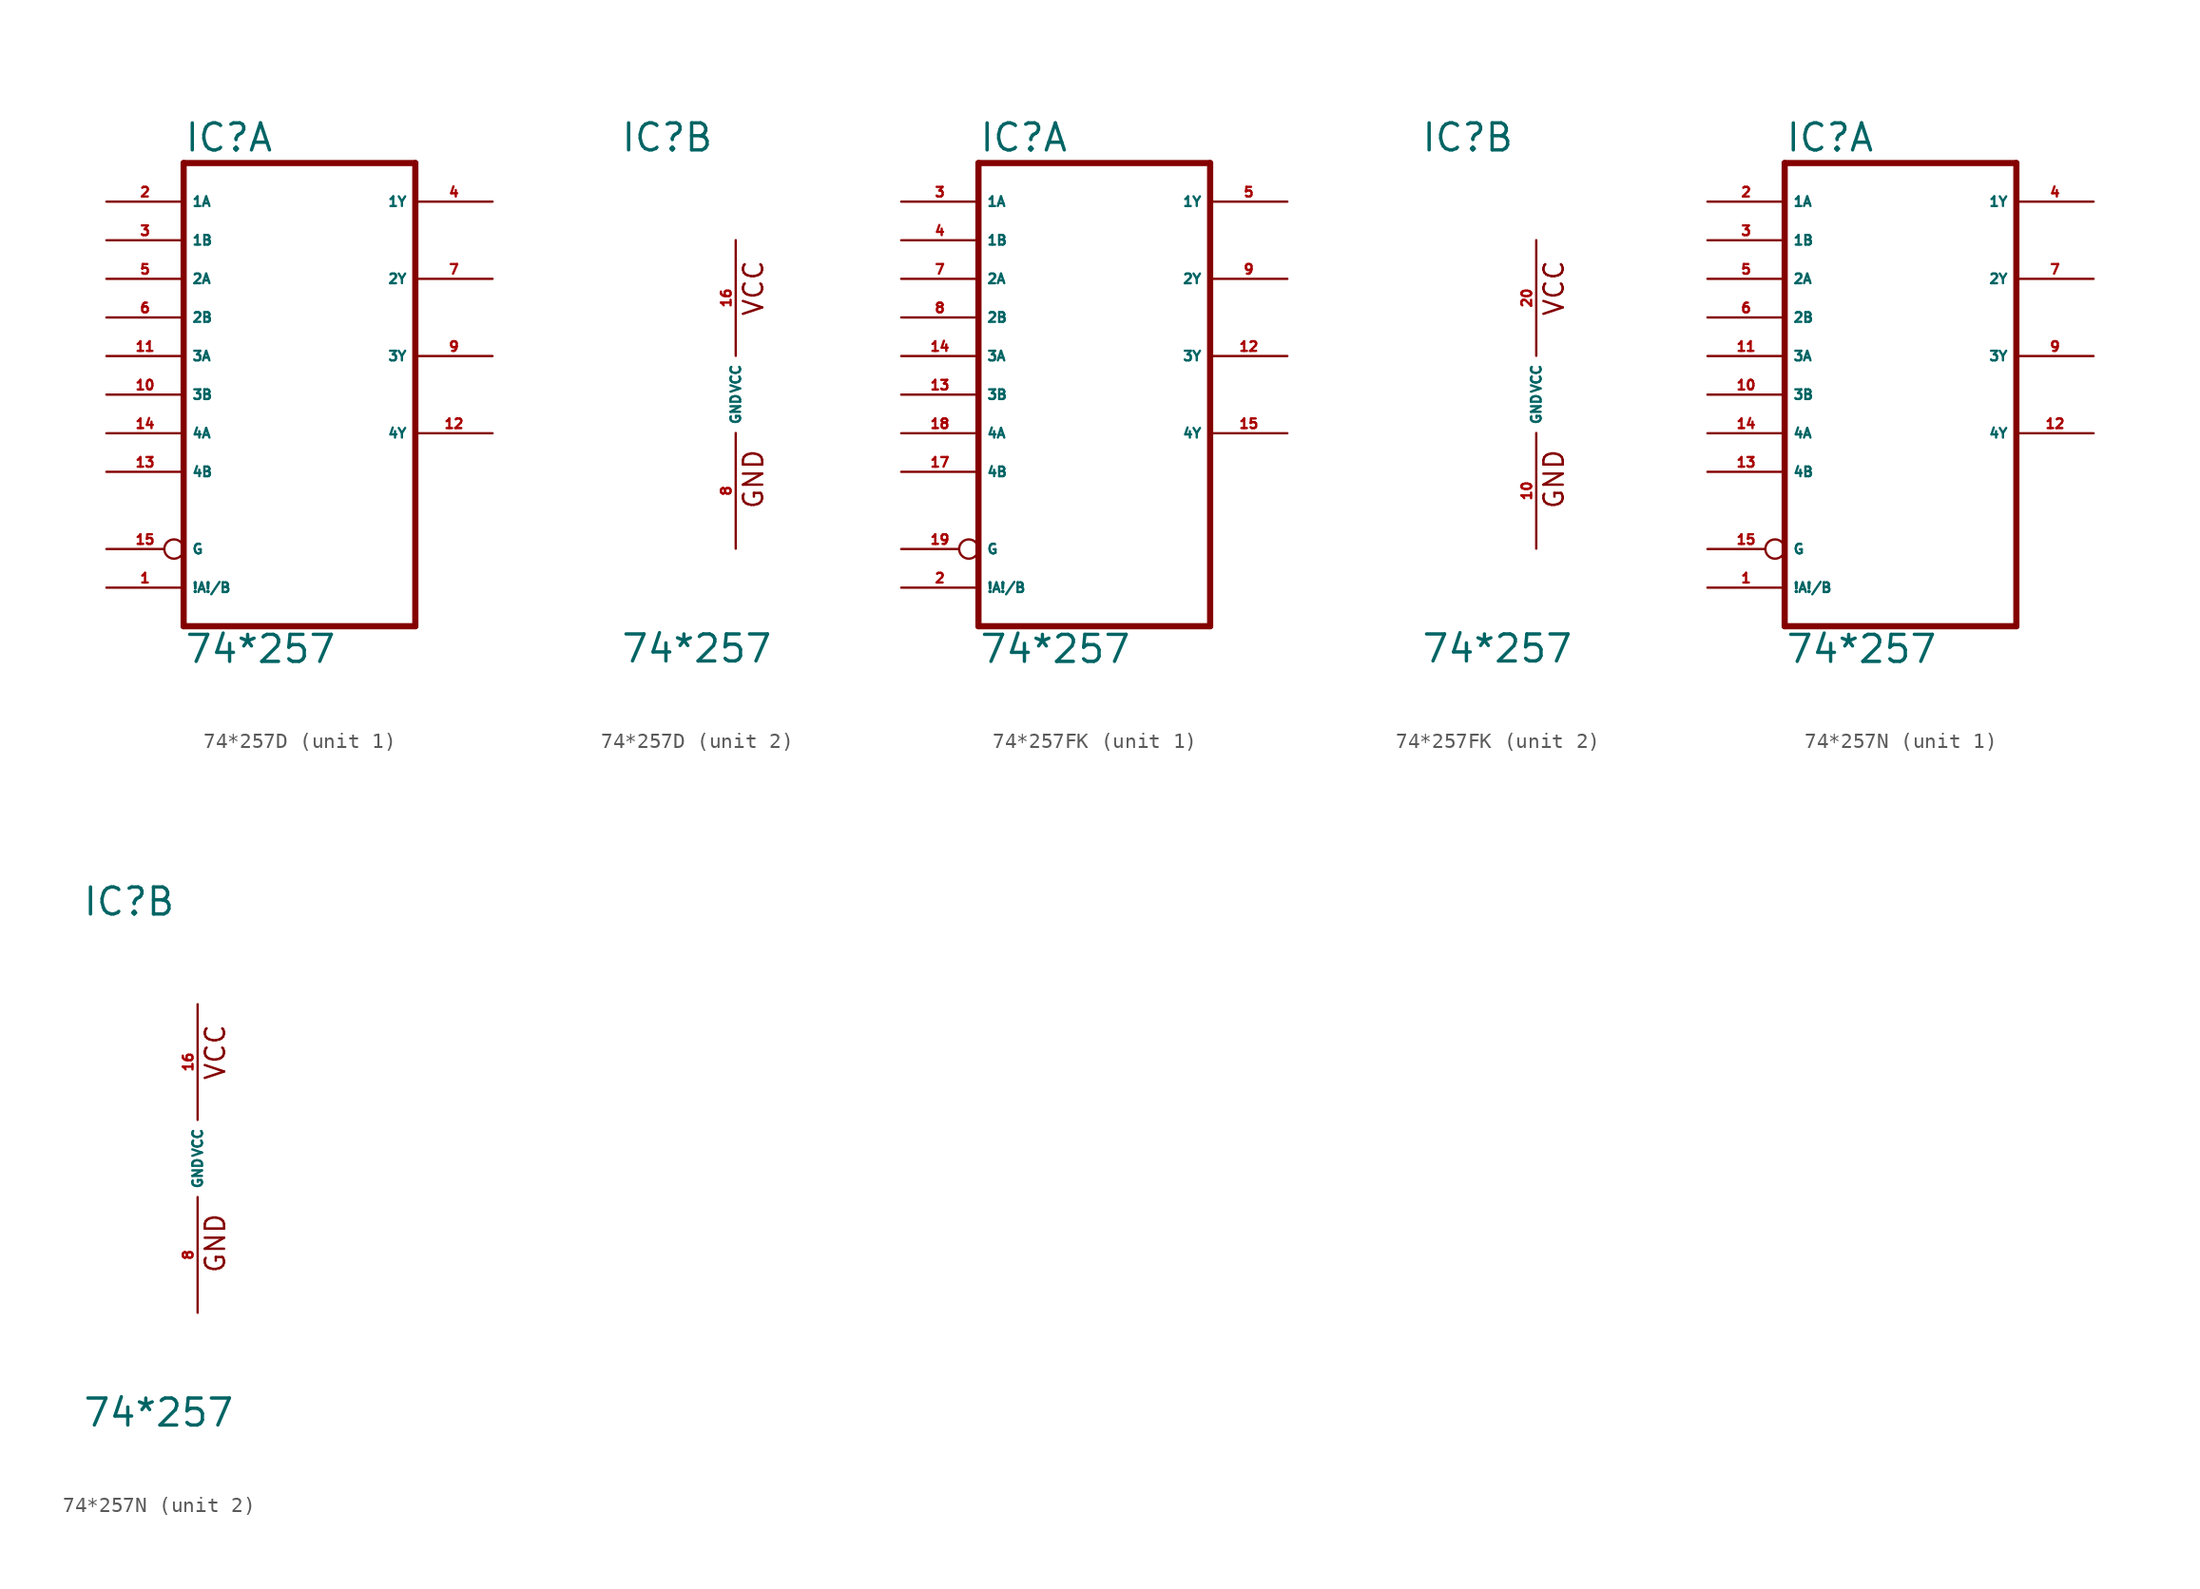
<source format=kicad_sym>
(kicad_symbol_lib
  (version 20220914)
  (generator Eagle2Kicad)
  (symbol "74*257D"
    (property "Reference" "IC"
      (at -7.62 15.875 0)
      (effects (font (size 1.778 1.778) (thickness 0.22)) (justify left bottom)))
    (property "Value" "74*257"
      (at -7.62 -17.78 0)
      (effects (font (size 1.778 1.778) (thickness 0.22)) (justify left bottom)))
    (symbol "74*257D_1_0"
      (polyline (pts (xy -7.62 -15.24) (xy 7.62 -15.24)) (stroke (width 0.406) (type default)) (fill (type none)))
      (polyline (pts (xy 7.62 -15.24) (xy 7.62 15.24)) (stroke (width 0.406) (type default)) (fill (type none)))
      (polyline (pts (xy 7.62 15.24) (xy -7.62 15.24)) (stroke (width 0.406) (type default)) (fill (type none)))
      (polyline (pts (xy -7.62 15.24) (xy -7.62 -15.24)) (stroke (width 0.406) (type default)) (fill (type none)))
      (pin input line (at -12.7 -12.7 0) (length 5.08) (name "!A!/B" (effects (font (size 0.635 0.635) (thickness 0.08)) (justify left bottom))) (number "1" (effects (font (size 0.635 0.635) (thickness 0.08)) (justify left bottom))))
      (pin input line (at -12.7 12.7 0) (length 5.08) (name "1A" (effects (font (size 0.635 0.635) (thickness 0.08)) (justify left bottom))) (number "2" (effects (font (size 0.635 0.635) (thickness 0.08)) (justify left bottom))))
      (pin input line (at -12.7 10.16 0) (length 5.08) (name "1B" (effects (font (size 0.635 0.635) (thickness 0.08)) (justify left bottom))) (number "3" (effects (font (size 0.635 0.635) (thickness 0.08)) (justify left bottom))))
      (pin tri_state line (at 12.7 12.7 180) (length 5.08) (name "1Y" (effects (font (size 0.635 0.635) (thickness 0.08)) (justify left bottom))) (number "4" (effects (font (size 0.635 0.635) (thickness 0.08)) (justify left bottom))))
      (pin input line (at -12.7 7.62 0) (length 5.08) (name "2A" (effects (font (size 0.635 0.635) (thickness 0.08)) (justify left bottom))) (number "5" (effects (font (size 0.635 0.635) (thickness 0.08)) (justify left bottom))))
      (pin input line (at -12.7 5.08 0) (length 5.08) (name "2B" (effects (font (size 0.635 0.635) (thickness 0.08)) (justify left bottom))) (number "6" (effects (font (size 0.635 0.635) (thickness 0.08)) (justify left bottom))))
      (pin tri_state line (at 12.7 7.62 180) (length 5.08) (name "2Y" (effects (font (size 0.635 0.635) (thickness 0.08)) (justify left bottom))) (number "7" (effects (font (size 0.635 0.635) (thickness 0.08)) (justify left bottom))))
      (pin tri_state line (at 12.7 2.54 180) (length 5.08) (name "3Y" (effects (font (size 0.635 0.635) (thickness 0.08)) (justify left bottom))) (number "9" (effects (font (size 0.635 0.635) (thickness 0.08)) (justify left bottom))))
      (pin input line (at -12.7 0 0) (length 5.08) (name "3B" (effects (font (size 0.635 0.635) (thickness 0.08)) (justify left bottom))) (number "10" (effects (font (size 0.635 0.635) (thickness 0.08)) (justify left bottom))))
      (pin input line (at -12.7 2.54 0) (length 5.08) (name "3A" (effects (font (size 0.635 0.635) (thickness 0.08)) (justify left bottom))) (number "11" (effects (font (size 0.635 0.635) (thickness 0.08)) (justify left bottom))))
      (pin tri_state line (at 12.7 -2.54 180) (length 5.08) (name "4Y" (effects (font (size 0.635 0.635) (thickness 0.08)) (justify left bottom))) (number "12" (effects (font (size 0.635 0.635) (thickness 0.08)) (justify left bottom))))
      (pin input line (at -12.7 -5.08 0) (length 5.08) (name "4B" (effects (font (size 0.635 0.635) (thickness 0.08)) (justify left bottom))) (number "13" (effects (font (size 0.635 0.635) (thickness 0.08)) (justify left bottom))))
      (pin input line (at -12.7 -2.54 0) (length 5.08) (name "4A" (effects (font (size 0.635 0.635) (thickness 0.08)) (justify left bottom))) (number "14" (effects (font (size 0.635 0.635) (thickness 0.08)) (justify left bottom))))
      (pin input inverted (at -12.7 -10.16 0) (length 5.08) (name "G" (effects (font (size 0.635 0.635) (thickness 0.08)) (justify left bottom))) (number "15" (effects (font (size 0.635 0.635) (thickness 0.08)) (justify left bottom)))))
    (symbol "74*257D_2_0"
      (text "GND" (at 1.905 -7.62 900) (effects (font (size 1.27 1.27) (thickness 0.16)) (justify left bottom)))
      (text "VCC" (at 1.905 5.08 900) (effects (font (size 1.27 1.27) (thickness 0.16)) (justify left bottom)))
      (pin unspecified line (at 0 -10.16 90) (length 7.62) (name "GND" (effects (font (size 0.635 0.635) (thickness 0.08)) (justify left bottom))) (number "8" (effects (font (size 0.635 0.635) (thickness 0.08)) (justify left bottom))))
      (pin unspecified line (at 0 10.16 270) (length 7.62) (name "VCC" (effects (font (size 0.635 0.635) (thickness 0.08)) (justify left bottom))) (number "16" (effects (font (size 0.635 0.635) (thickness 0.08)) (justify left bottom))))))
  (symbol "74*257FK"
    (property "Reference" "IC"
      (at -7.62 15.875 0)
      (effects (font (size 1.778 1.778) (thickness 0.22)) (justify left bottom)))
    (property "Value" "74*257"
      (at -7.62 -17.78 0)
      (effects (font (size 1.778 1.778) (thickness 0.22)) (justify left bottom)))
    (symbol "74*257FK_1_0"
      (polyline (pts (xy -7.62 -15.24) (xy 7.62 -15.24)) (stroke (width 0.406) (type default)) (fill (type none)))
      (polyline (pts (xy 7.62 -15.24) (xy 7.62 15.24)) (stroke (width 0.406) (type default)) (fill (type none)))
      (polyline (pts (xy 7.62 15.24) (xy -7.62 15.24)) (stroke (width 0.406) (type default)) (fill (type none)))
      (polyline (pts (xy -7.62 15.24) (xy -7.62 -15.24)) (stroke (width 0.406) (type default)) (fill (type none)))
      (pin input line (at -12.7 -12.7 0) (length 5.08) (name "!A!/B" (effects (font (size 0.635 0.635) (thickness 0.08)) (justify left bottom))) (number "2" (effects (font (size 0.635 0.635) (thickness 0.08)) (justify left bottom))))
      (pin input line (at -12.7 12.7 0) (length 5.08) (name "1A" (effects (font (size 0.635 0.635) (thickness 0.08)) (justify left bottom))) (number "3" (effects (font (size 0.635 0.635) (thickness 0.08)) (justify left bottom))))
      (pin input line (at -12.7 10.16 0) (length 5.08) (name "1B" (effects (font (size 0.635 0.635) (thickness 0.08)) (justify left bottom))) (number "4" (effects (font (size 0.635 0.635) (thickness 0.08)) (justify left bottom))))
      (pin tri_state line (at 12.7 12.7 180) (length 5.08) (name "1Y" (effects (font (size 0.635 0.635) (thickness 0.08)) (justify left bottom))) (number "5" (effects (font (size 0.635 0.635) (thickness 0.08)) (justify left bottom))))
      (pin input line (at -12.7 7.62 0) (length 5.08) (name "2A" (effects (font (size 0.635 0.635) (thickness 0.08)) (justify left bottom))) (number "7" (effects (font (size 0.635 0.635) (thickness 0.08)) (justify left bottom))))
      (pin input line (at -12.7 5.08 0) (length 5.08) (name "2B" (effects (font (size 0.635 0.635) (thickness 0.08)) (justify left bottom))) (number "8" (effects (font (size 0.635 0.635) (thickness 0.08)) (justify left bottom))))
      (pin tri_state line (at 12.7 7.62 180) (length 5.08) (name "2Y" (effects (font (size 0.635 0.635) (thickness 0.08)) (justify left bottom))) (number "9" (effects (font (size 0.635 0.635) (thickness 0.08)) (justify left bottom))))
      (pin tri_state line (at 12.7 2.54 180) (length 5.08) (name "3Y" (effects (font (size 0.635 0.635) (thickness 0.08)) (justify left bottom))) (number "12" (effects (font (size 0.635 0.635) (thickness 0.08)) (justify left bottom))))
      (pin input line (at -12.7 0 0) (length 5.08) (name "3B" (effects (font (size 0.635 0.635) (thickness 0.08)) (justify left bottom))) (number "13" (effects (font (size 0.635 0.635) (thickness 0.08)) (justify left bottom))))
      (pin input line (at -12.7 2.54 0) (length 5.08) (name "3A" (effects (font (size 0.635 0.635) (thickness 0.08)) (justify left bottom))) (number "14" (effects (font (size 0.635 0.635) (thickness 0.08)) (justify left bottom))))
      (pin tri_state line (at 12.7 -2.54 180) (length 5.08) (name "4Y" (effects (font (size 0.635 0.635) (thickness 0.08)) (justify left bottom))) (number "15" (effects (font (size 0.635 0.635) (thickness 0.08)) (justify left bottom))))
      (pin input line (at -12.7 -5.08 0) (length 5.08) (name "4B" (effects (font (size 0.635 0.635) (thickness 0.08)) (justify left bottom))) (number "17" (effects (font (size 0.635 0.635) (thickness 0.08)) (justify left bottom))))
      (pin input line (at -12.7 -2.54 0) (length 5.08) (name "4A" (effects (font (size 0.635 0.635) (thickness 0.08)) (justify left bottom))) (number "18" (effects (font (size 0.635 0.635) (thickness 0.08)) (justify left bottom))))
      (pin input inverted (at -12.7 -10.16 0) (length 5.08) (name "G" (effects (font (size 0.635 0.635) (thickness 0.08)) (justify left bottom))) (number "19" (effects (font (size 0.635 0.635) (thickness 0.08)) (justify left bottom)))))
    (symbol "74*257FK_2_0"
      (text "GND" (at 1.905 -7.62 900) (effects (font (size 1.27 1.27) (thickness 0.16)) (justify left bottom)))
      (text "VCC" (at 1.905 5.08 900) (effects (font (size 1.27 1.27) (thickness 0.16)) (justify left bottom)))
      (pin unspecified line (at 0 -10.16 90) (length 7.62) (name "GND" (effects (font (size 0.635 0.635) (thickness 0.08)) (justify left bottom))) (number "10" (effects (font (size 0.635 0.635) (thickness 0.08)) (justify left bottom))))
      (pin unspecified line (at 0 10.16 270) (length 7.62) (name "VCC" (effects (font (size 0.635 0.635) (thickness 0.08)) (justify left bottom))) (number "20" (effects (font (size 0.635 0.635) (thickness 0.08)) (justify left bottom))))))
  (symbol "74*257N"
    (property "Reference" "IC"
      (at -7.62 15.875 0)
      (effects (font (size 1.778 1.778) (thickness 0.22)) (justify left bottom)))
    (property "Value" "74*257"
      (at -7.62 -17.78 0)
      (effects (font (size 1.778 1.778) (thickness 0.22)) (justify left bottom)))
    (symbol "74*257N_1_0"
      (polyline (pts (xy -7.62 -15.24) (xy 7.62 -15.24)) (stroke (width 0.406) (type default)) (fill (type none)))
      (polyline (pts (xy 7.62 -15.24) (xy 7.62 15.24)) (stroke (width 0.406) (type default)) (fill (type none)))
      (polyline (pts (xy 7.62 15.24) (xy -7.62 15.24)) (stroke (width 0.406) (type default)) (fill (type none)))
      (polyline (pts (xy -7.62 15.24) (xy -7.62 -15.24)) (stroke (width 0.406) (type default)) (fill (type none)))
      (pin input line (at -12.7 -12.7 0) (length 5.08) (name "!A!/B" (effects (font (size 0.635 0.635) (thickness 0.08)) (justify left bottom))) (number "1" (effects (font (size 0.635 0.635) (thickness 0.08)) (justify left bottom))))
      (pin input line (at -12.7 12.7 0) (length 5.08) (name "1A" (effects (font (size 0.635 0.635) (thickness 0.08)) (justify left bottom))) (number "2" (effects (font (size 0.635 0.635) (thickness 0.08)) (justify left bottom))))
      (pin input line (at -12.7 10.16 0) (length 5.08) (name "1B" (effects (font (size 0.635 0.635) (thickness 0.08)) (justify left bottom))) (number "3" (effects (font (size 0.635 0.635) (thickness 0.08)) (justify left bottom))))
      (pin tri_state line (at 12.7 12.7 180) (length 5.08) (name "1Y" (effects (font (size 0.635 0.635) (thickness 0.08)) (justify left bottom))) (number "4" (effects (font (size 0.635 0.635) (thickness 0.08)) (justify left bottom))))
      (pin input line (at -12.7 7.62 0) (length 5.08) (name "2A" (effects (font (size 0.635 0.635) (thickness 0.08)) (justify left bottom))) (number "5" (effects (font (size 0.635 0.635) (thickness 0.08)) (justify left bottom))))
      (pin input line (at -12.7 5.08 0) (length 5.08) (name "2B" (effects (font (size 0.635 0.635) (thickness 0.08)) (justify left bottom))) (number "6" (effects (font (size 0.635 0.635) (thickness 0.08)) (justify left bottom))))
      (pin tri_state line (at 12.7 7.62 180) (length 5.08) (name "2Y" (effects (font (size 0.635 0.635) (thickness 0.08)) (justify left bottom))) (number "7" (effects (font (size 0.635 0.635) (thickness 0.08)) (justify left bottom))))
      (pin tri_state line (at 12.7 2.54 180) (length 5.08) (name "3Y" (effects (font (size 0.635 0.635) (thickness 0.08)) (justify left bottom))) (number "9" (effects (font (size 0.635 0.635) (thickness 0.08)) (justify left bottom))))
      (pin input line (at -12.7 0 0) (length 5.08) (name "3B" (effects (font (size 0.635 0.635) (thickness 0.08)) (justify left bottom))) (number "10" (effects (font (size 0.635 0.635) (thickness 0.08)) (justify left bottom))))
      (pin input line (at -12.7 2.54 0) (length 5.08) (name "3A" (effects (font (size 0.635 0.635) (thickness 0.08)) (justify left bottom))) (number "11" (effects (font (size 0.635 0.635) (thickness 0.08)) (justify left bottom))))
      (pin tri_state line (at 12.7 -2.54 180) (length 5.08) (name "4Y" (effects (font (size 0.635 0.635) (thickness 0.08)) (justify left bottom))) (number "12" (effects (font (size 0.635 0.635) (thickness 0.08)) (justify left bottom))))
      (pin input line (at -12.7 -5.08 0) (length 5.08) (name "4B" (effects (font (size 0.635 0.635) (thickness 0.08)) (justify left bottom))) (number "13" (effects (font (size 0.635 0.635) (thickness 0.08)) (justify left bottom))))
      (pin input line (at -12.7 -2.54 0) (length 5.08) (name "4A" (effects (font (size 0.635 0.635) (thickness 0.08)) (justify left bottom))) (number "14" (effects (font (size 0.635 0.635) (thickness 0.08)) (justify left bottom))))
      (pin input inverted (at -12.7 -10.16 0) (length 5.08) (name "G" (effects (font (size 0.635 0.635) (thickness 0.08)) (justify left bottom))) (number "15" (effects (font (size 0.635 0.635) (thickness 0.08)) (justify left bottom)))))
    (symbol "74*257N_2_0"
      (text "GND" (at 1.905 -7.62 900) (effects (font (size 1.27 1.27) (thickness 0.16)) (justify left bottom)))
      (text "VCC" (at 1.905 5.08 900) (effects (font (size 1.27 1.27) (thickness 0.16)) (justify left bottom)))
      (pin unspecified line (at 0 -10.16 90) (length 7.62) (name "GND" (effects (font (size 0.635 0.635) (thickness 0.08)) (justify left bottom))) (number "8" (effects (font (size 0.635 0.635) (thickness 0.08)) (justify left bottom))))
      (pin unspecified line (at 0 10.16 270) (length 7.62) (name "VCC" (effects (font (size 0.635 0.635) (thickness 0.08)) (justify left bottom))) (number "16" (effects (font (size 0.635 0.635) (thickness 0.08)) (justify left bottom)))))))
</source>
